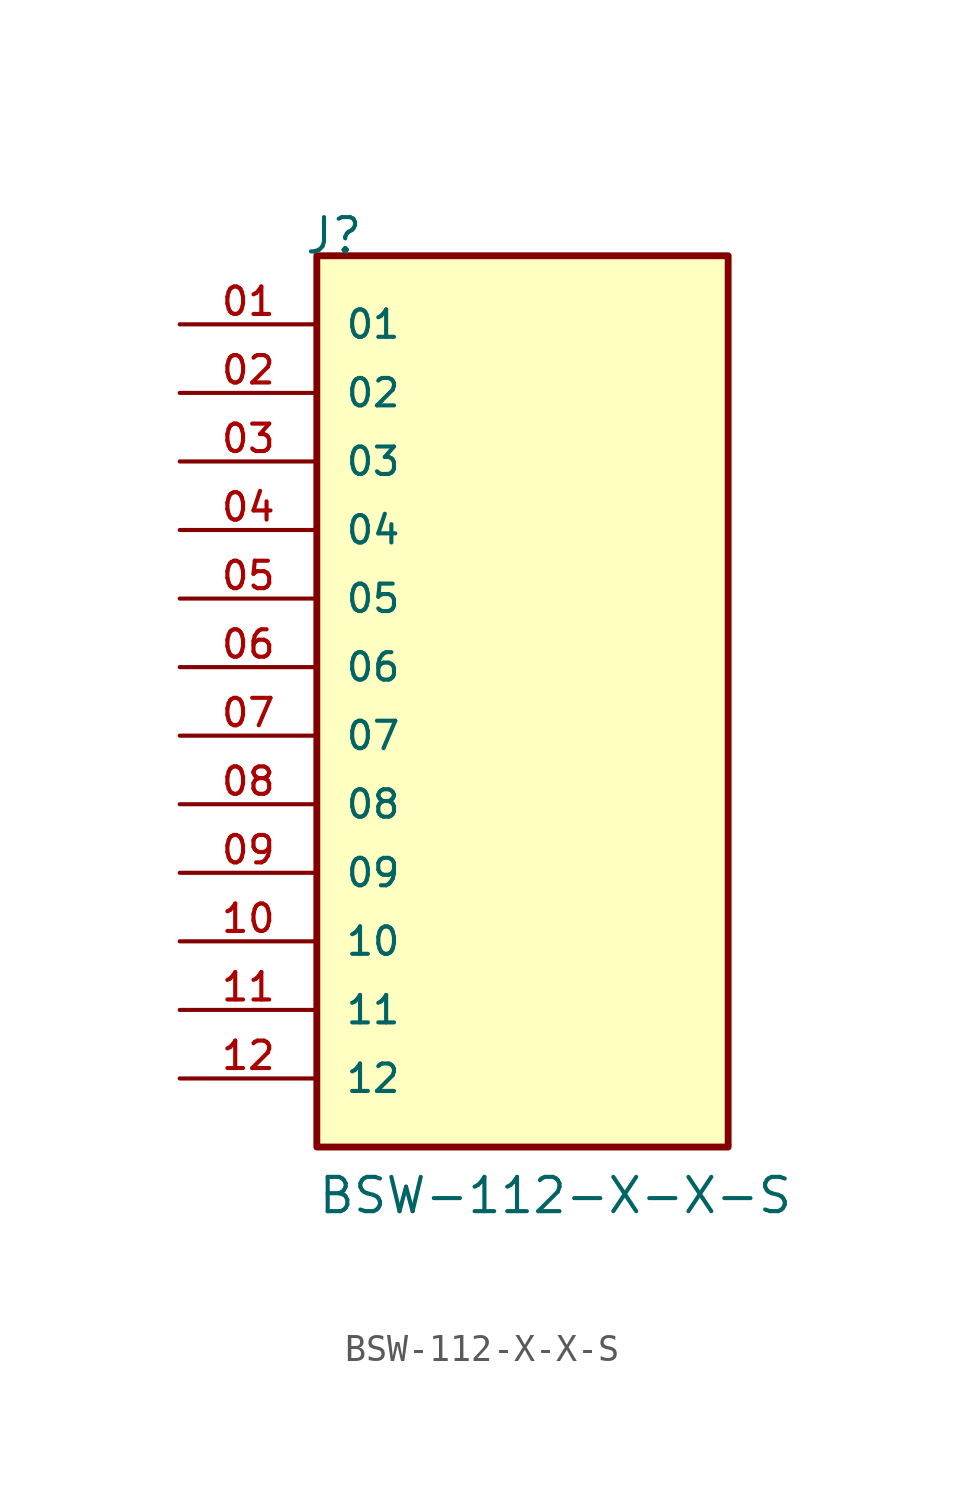
<source format=kicad_sym>
(kicad_symbol_lib
  (version 20211014)
  (generator kicad_symbol_editor)
  (symbol "BSW-112-X-X-S"
    (pin_names
      (offset 1.016))
    (property "Reference" "J"
      (at -8.12 17.78 0)
      (effects (font (size 1.27 1.27)) (justify bottom left)))
    (property "Value" "BSW-112-X-X-S"
      (at -7.62 -17.78 0)
      (effects (font (size 1.27 1.27)) (justify bottom left)))
    (symbol "BSW-112-X-X-S_0_0"
      (rectangle (start -7.62 -15.24) (end 7.62 17.78) (stroke (width 0.254)) (fill (type background)))
      (pin passive line (at -12.7 15.24 0) (length 5.08) (name "01" (effects (font (size 1.016 1.016)))) (number "01" (effects (font (size 1.016 1.016)))))
      (pin passive line (at -12.7 12.7 0) (length 5.08) (name "02" (effects (font (size 1.016 1.016)))) (number "02" (effects (font (size 1.016 1.016)))))
      (pin passive line (at -12.7 10.16 0) (length 5.08) (name "03" (effects (font (size 1.016 1.016)))) (number "03" (effects (font (size 1.016 1.016)))))
      (pin passive line (at -12.7 7.62 0) (length 5.08) (name "04" (effects (font (size 1.016 1.016)))) (number "04" (effects (font (size 1.016 1.016)))))
      (pin passive line (at -12.7 5.08 0) (length 5.08) (name "05" (effects (font (size 1.016 1.016)))) (number "05" (effects (font (size 1.016 1.016)))))
      (pin passive line (at -12.7 2.54 0) (length 5.08) (name "06" (effects (font (size 1.016 1.016)))) (number "06" (effects (font (size 1.016 1.016)))))
      (pin passive line (at -12.7 0.0 0) (length 5.08) (name "07" (effects (font (size 1.016 1.016)))) (number "07" (effects (font (size 1.016 1.016)))))
      (pin passive line (at -12.7 -2.54 0) (length 5.08) (name "08" (effects (font (size 1.016 1.016)))) (number "08" (effects (font (size 1.016 1.016)))))
      (pin passive line (at -12.7 -5.08 0) (length 5.08) (name "09" (effects (font (size 1.016 1.016)))) (number "09" (effects (font (size 1.016 1.016)))))
      (pin passive line (at -12.7 -7.62 0) (length 5.08) (name "10" (effects (font (size 1.016 1.016)))) (number "10" (effects (font (size 1.016 1.016)))))
      (pin passive line (at -12.7 -10.16 0) (length 5.08) (name "11" (effects (font (size 1.016 1.016)))) (number "11" (effects (font (size 1.016 1.016)))))
      (pin passive line (at -12.7 -12.7 0) (length 5.08) (name "12" (effects (font (size 1.016 1.016)))) (number "12" (effects (font (size 1.016 1.016))))))))
</source>
